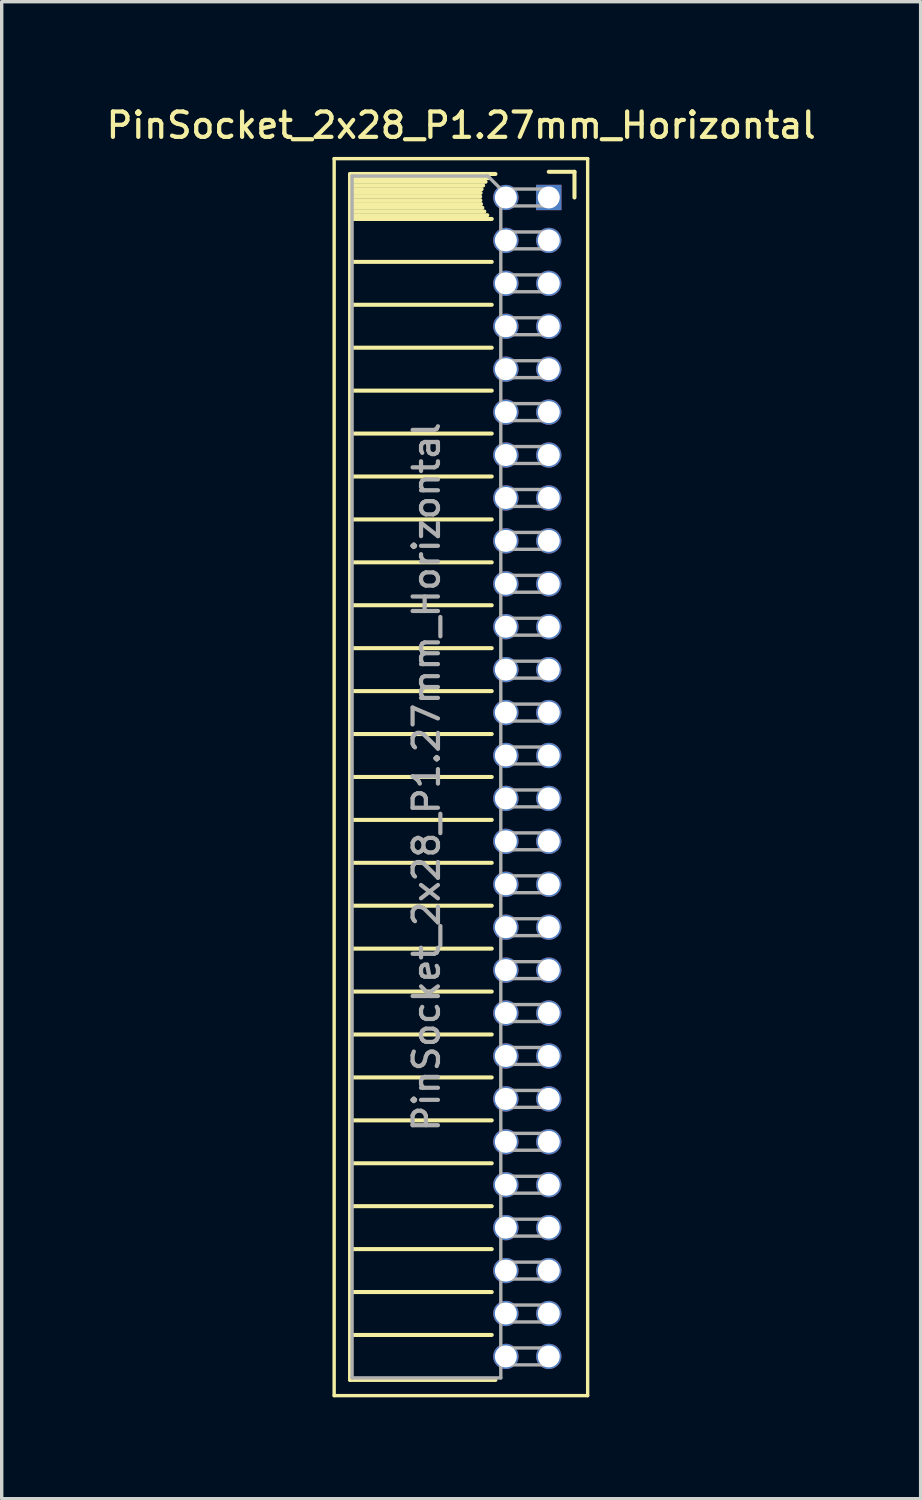
<source format=kicad_pcb>
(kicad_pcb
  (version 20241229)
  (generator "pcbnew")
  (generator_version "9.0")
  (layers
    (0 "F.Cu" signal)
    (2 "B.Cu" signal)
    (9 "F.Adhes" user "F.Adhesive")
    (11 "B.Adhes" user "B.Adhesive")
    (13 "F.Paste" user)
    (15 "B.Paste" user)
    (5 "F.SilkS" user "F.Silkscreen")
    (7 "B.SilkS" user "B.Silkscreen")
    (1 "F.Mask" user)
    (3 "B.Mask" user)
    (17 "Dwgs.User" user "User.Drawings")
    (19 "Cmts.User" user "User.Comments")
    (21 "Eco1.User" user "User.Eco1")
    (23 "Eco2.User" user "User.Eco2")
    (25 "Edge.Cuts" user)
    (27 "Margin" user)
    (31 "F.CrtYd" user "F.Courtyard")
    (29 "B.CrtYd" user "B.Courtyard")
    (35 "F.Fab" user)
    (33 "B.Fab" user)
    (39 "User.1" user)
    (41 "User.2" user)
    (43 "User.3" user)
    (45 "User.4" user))
  (footprint "PinSocket_2x28_P1.27mm_Horizontal"
    (layer "F.Cu")
    (at 13.187 2.793)
    (property "Reference" "PinSocket_2x28_P1.27mm_Horizontal" (at -2.592 -2.135 0) (layer "F.SilkS") (effects (font (size 0.75 0.75) (thickness 0.125))))
    (attr through_hole)
    (fp_line (start -6.35 -1.15) (end -6.35 35.45) (stroke (width 0.1) (type solid)) (layer "F.SilkS"))
    (fp_line (start -6.35 35.45) (end 1.15 35.45) (stroke (width 0.1) (type solid)) (layer "F.SilkS"))
    (fp_line (start -5.88 -0.695) (end -5.88 34.985) (stroke (width 0.12) (type solid)) (layer "F.SilkS"))
    (fp_line (start -5.88 -0.695) (end -1.578 -0.695) (stroke (width 0.12) (type solid)) (layer "F.SilkS"))
    (fp_line (start -5.88 -0.575) (end -1.767 -0.575) (stroke (width 0.12) (type solid)) (layer "F.SilkS"))
    (fp_line (start -5.88 -0.465) (end -1.871 -0.465) (stroke (width 0.12) (type solid)) (layer "F.SilkS"))
    (fp_line (start -5.88 -0.355) (end -1.942 -0.355) (stroke (width 0.12) (type solid)) (layer "F.SilkS"))
    (fp_line (start -5.88 -0.245) (end -1.989 -0.245) (stroke (width 0.12) (type solid)) (layer "F.SilkS"))
    (fp_line (start -5.88 -0.135) (end -2.018 -0.135) (stroke (width 0.12) (type solid)) (layer "F.SilkS"))
    (fp_line (start -5.88 -0.025) (end -2.03 -0.025) (stroke (width 0.12) (type solid)) (layer "F.SilkS"))
    (fp_line (start -5.88 0.085) (end -2.025 0.085) (stroke (width 0.12) (type solid)) (layer "F.SilkS"))
    (fp_line (start -5.88 0.195) (end -2.005 0.195) (stroke (width 0.12) (type solid)) (layer "F.SilkS"))
    (fp_line (start -5.88 0.305) (end -1.966 0.305) (stroke (width 0.12) (type solid)) (layer "F.SilkS"))
    (fp_line (start -5.88 0.415) (end -1.907 0.415) (stroke (width 0.12) (type solid)) (layer "F.SilkS"))
    (fp_line (start -5.88 0.525) (end -1.82 0.525) (stroke (width 0.12) (type solid)) (layer "F.SilkS"))
    (fp_line (start -5.88 0.635) (end -1.688 0.635) (stroke (width 0.12) (type solid)) (layer "F.SilkS"))
    (fp_line (start -5.88 1.905) (end -1.688 1.905) (stroke (width 0.12) (type solid)) (layer "F.SilkS"))
    (fp_line (start -5.88 3.175) (end -1.688 3.175) (stroke (width 0.12) (type solid)) (layer "F.SilkS"))
    (fp_line (start -5.88 4.445) (end -1.688 4.445) (stroke (width 0.12) (type solid)) (layer "F.SilkS"))
    (fp_line (start -5.88 5.715) (end -1.688 5.715) (stroke (width 0.12) (type solid)) (layer "F.SilkS"))
    (fp_line (start -5.88 6.985) (end -1.688 6.985) (stroke (width 0.12) (type solid)) (layer "F.SilkS"))
    (fp_line (start -5.88 8.255) (end -1.688 8.255) (stroke (width 0.12) (type solid)) (layer "F.SilkS"))
    (fp_line (start -5.88 9.525) (end -1.688 9.525) (stroke (width 0.12) (type solid)) (layer "F.SilkS"))
    (fp_line (start -5.88 10.795) (end -1.688 10.795) (stroke (width 0.12) (type solid)) (layer "F.SilkS"))
    (fp_line (start -5.88 12.065) (end -1.688 12.065) (stroke (width 0.12) (type solid)) (layer "F.SilkS"))
    (fp_line (start -5.88 13.335) (end -1.688 13.335) (stroke (width 0.12) (type solid)) (layer "F.SilkS"))
    (fp_line (start -5.88 14.605) (end -1.688 14.605) (stroke (width 0.12) (type solid)) (layer "F.SilkS"))
    (fp_line (start -5.88 15.875) (end -1.688 15.875) (stroke (width 0.12) (type solid)) (layer "F.SilkS"))
    (fp_line (start -5.88 17.145) (end -1.688 17.145) (stroke (width 0.12) (type solid)) (layer "F.SilkS"))
    (fp_line (start -5.88 18.415) (end -1.688 18.415) (stroke (width 0.12) (type solid)) (layer "F.SilkS"))
    (fp_line (start -5.88 19.685) (end -1.688 19.685) (stroke (width 0.12) (type solid)) (layer "F.SilkS"))
    (fp_line (start -5.88 20.955) (end -1.688 20.955) (stroke (width 0.12) (type solid)) (layer "F.SilkS"))
    (fp_line (start -5.88 22.225) (end -1.688 22.225) (stroke (width 0.12) (type solid)) (layer "F.SilkS"))
    (fp_line (start -5.88 23.495) (end -1.688 23.495) (stroke (width 0.12) (type solid)) (layer "F.SilkS"))
    (fp_line (start -5.88 24.765) (end -1.688 24.765) (stroke (width 0.12) (type solid)) (layer "F.SilkS"))
    (fp_line (start -5.88 26.035) (end -1.688 26.035) (stroke (width 0.12) (type solid)) (layer "F.SilkS"))
    (fp_line (start -5.88 27.305) (end -1.688 27.305) (stroke (width 0.12) (type solid)) (layer "F.SilkS"))
    (fp_line (start -5.88 28.575) (end -1.688 28.575) (stroke (width 0.12) (type solid)) (layer "F.SilkS"))
    (fp_line (start -5.88 29.845) (end -1.688 29.845) (stroke (width 0.12) (type solid)) (layer "F.SilkS"))
    (fp_line (start -5.88 31.115) (end -1.688 31.115) (stroke (width 0.12) (type solid)) (layer "F.SilkS"))
    (fp_line (start -5.88 32.385) (end -1.688 32.385) (stroke (width 0.12) (type solid)) (layer "F.SilkS"))
    (fp_line (start -5.88 33.655) (end -1.688 33.655) (stroke (width 0.12) (type solid)) (layer "F.SilkS"))
    (fp_line (start -5.88 34.985) (end -1.578 34.985) (stroke (width 0.12) (type solid)) (layer "F.SilkS"))
    (fp_line (start 0 -0.76) (end 0.76 -0.76) (stroke (width 0.12) (type solid)) (layer "F.SilkS"))
    (fp_line (start 0.76 -0.76) (end 0.76 0) (stroke (width 0.12) (type solid)) (layer "F.SilkS"))
    (fp_line (start 1.15 -1.15) (end -6.35 -1.15) (stroke (width 0.1) (type solid)) (layer "F.SilkS"))
    (fp_line (start 1.15 35.45) (end 1.15 -1.15) (stroke (width 0.1) (type solid)) (layer "F.SilkS"))
    (fp_line (start -5.82 -0.635) (end -1.805 -0.635) (stroke (width 0.1) (type solid)) (layer "F.Fab"))
    (fp_line (start -5.82 34.925) (end -5.82 -0.635) (stroke (width 0.1) (type solid)) (layer "F.Fab"))
    (fp_line (start -1.805 -0.635) (end -1.42 -0.25) (stroke (width 0.1) (type solid)) (layer "F.Fab"))
    (fp_line (start -1.42 -0.25) (end -1.42 34.925) (stroke (width 0.1) (type solid)) (layer "F.Fab"))
    (fp_line (start -1.42 0.25) (end 0 0.25) (stroke (width 0.1) (type solid)) (layer "F.Fab"))
    (fp_line (start -1.42 1.52) (end 0 1.52) (stroke (width 0.1) (type solid)) (layer "F.Fab"))
    (fp_line (start -1.42 2.79) (end 0 2.79) (stroke (width 0.1) (type solid)) (layer "F.Fab"))
    (fp_line (start -1.42 4.06) (end 0 4.06) (stroke (width 0.1) (type solid)) (layer "F.Fab"))
    (fp_line (start -1.42 5.33) (end 0 5.33) (stroke (width 0.1) (type solid)) (layer "F.Fab"))
    (fp_line (start -1.42 6.6) (end 0 6.6) (stroke (width 0.1) (type solid)) (layer "F.Fab"))
    (fp_line (start -1.42 7.87) (end 0 7.87) (stroke (width 0.1) (type solid)) (layer "F.Fab"))
    (fp_line (start -1.42 9.14) (end 0 9.14) (stroke (width 0.1) (type solid)) (layer "F.Fab"))
    (fp_line (start -1.42 10.41) (end 0 10.41) (stroke (width 0.1) (type solid)) (layer "F.Fab"))
    (fp_line (start -1.42 11.68) (end 0 11.68) (stroke (width 0.1) (type solid)) (layer "F.Fab"))
    (fp_line (start -1.42 12.95) (end 0 12.95) (stroke (width 0.1) (type solid)) (layer "F.Fab"))
    (fp_line (start -1.42 14.22) (end 0 14.22) (stroke (width 0.1) (type solid)) (layer "F.Fab"))
    (fp_line (start -1.42 15.49) (end 0 15.49) (stroke (width 0.1) (type solid)) (layer "F.Fab"))
    (fp_line (start -1.42 16.76) (end 0 16.76) (stroke (width 0.1) (type solid)) (layer "F.Fab"))
    (fp_line (start -1.42 18.03) (end 0 18.03) (stroke (width 0.1) (type solid)) (layer "F.Fab"))
    (fp_line (start -1.42 19.3) (end 0 19.3) (stroke (width 0.1) (type solid)) (layer "F.Fab"))
    (fp_line (start -1.42 20.57) (end 0 20.57) (stroke (width 0.1) (type solid)) (layer "F.Fab"))
    (fp_line (start -1.42 21.84) (end 0 21.84) (stroke (width 0.1) (type solid)) (layer "F.Fab"))
    (fp_line (start -1.42 23.11) (end 0 23.11) (stroke (width 0.1) (type solid)) (layer "F.Fab"))
    (fp_line (start -1.42 24.38) (end 0 24.38) (stroke (width 0.1) (type solid)) (layer "F.Fab"))
    (fp_line (start -1.42 25.65) (end 0 25.65) (stroke (width 0.1) (type solid)) (layer "F.Fab"))
    (fp_line (start -1.42 26.92) (end 0 26.92) (stroke (width 0.1) (type solid)) (layer "F.Fab"))
    (fp_line (start -1.42 28.19) (end 0 28.19) (stroke (width 0.1) (type solid)) (layer "F.Fab"))
    (fp_line (start -1.42 29.46) (end 0 29.46) (stroke (width 0.1) (type solid)) (layer "F.Fab"))
    (fp_line (start -1.42 30.73) (end 0 30.73) (stroke (width 0.1) (type solid)) (layer "F.Fab"))
    (fp_line (start -1.42 32) (end 0 32) (stroke (width 0.1) (type solid)) (layer "F.Fab"))
    (fp_line (start -1.42 33.27) (end 0 33.27) (stroke (width 0.1) (type solid)) (layer "F.Fab"))
    (fp_line (start -1.42 34.54) (end 0 34.54) (stroke (width 0.1) (type solid)) (layer "F.Fab"))
    (fp_line (start -1.42 34.925) (end -5.82 34.925) (stroke (width 0.1) (type solid)) (layer "F.Fab"))
    (fp_line (start 0 -0.25) (end -1.42 -0.25) (stroke (width 0.1) (type solid)) (layer "F.Fab"))
    (fp_line (start 0 0.25) (end 0 -0.25) (stroke (width 0.1) (type solid)) (layer "F.Fab"))
    (fp_line (start 0 1.02) (end -1.42 1.02) (stroke (width 0.1) (type solid)) (layer "F.Fab"))
    (fp_line (start 0 1.52) (end 0 1.02) (stroke (width 0.1) (type solid)) (layer "F.Fab"))
    (fp_line (start 0 2.29) (end -1.42 2.29) (stroke (width 0.1) (type solid)) (layer "F.Fab"))
    (fp_line (start 0 2.79) (end 0 2.29) (stroke (width 0.1) (type solid)) (layer "F.Fab"))
    (fp_line (start 0 3.56) (end -1.42 3.56) (stroke (width 0.1) (type solid)) (layer "F.Fab"))
    (fp_line (start 0 4.06) (end 0 3.56) (stroke (width 0.1) (type solid)) (layer "F.Fab"))
    (fp_line (start 0 4.83) (end -1.42 4.83) (stroke (width 0.1) (type solid)) (layer "F.Fab"))
    (fp_line (start 0 5.33) (end 0 4.83) (stroke (width 0.1) (type solid)) (layer "F.Fab"))
    (fp_line (start 0 6.1) (end -1.42 6.1) (stroke (width 0.1) (type solid)) (layer "F.Fab"))
    (fp_line (start 0 6.6) (end 0 6.1) (stroke (width 0.1) (type solid)) (layer "F.Fab"))
    (fp_line (start 0 7.37) (end -1.42 7.37) (stroke (width 0.1) (type solid)) (layer "F.Fab"))
    (fp_line (start 0 7.87) (end 0 7.37) (stroke (width 0.1) (type solid)) (layer "F.Fab"))
    (fp_line (start 0 8.64) (end -1.42 8.64) (stroke (width 0.1) (type solid)) (layer "F.Fab"))
    (fp_line (start 0 9.14) (end 0 8.64) (stroke (width 0.1) (type solid)) (layer "F.Fab"))
    (fp_line (start 0 9.91) (end -1.42 9.91) (stroke (width 0.1) (type solid)) (layer "F.Fab"))
    (fp_line (start 0 10.41) (end 0 9.91) (stroke (width 0.1) (type solid)) (layer "F.Fab"))
    (fp_line (start 0 11.18) (end -1.42 11.18) (stroke (width 0.1) (type solid)) (layer "F.Fab"))
    (fp_line (start 0 11.68) (end 0 11.18) (stroke (width 0.1) (type solid)) (layer "F.Fab"))
    (fp_line (start 0 12.45) (end -1.42 12.45) (stroke (width 0.1) (type solid)) (layer "F.Fab"))
    (fp_line (start 0 12.95) (end 0 12.45) (stroke (width 0.1) (type solid)) (layer "F.Fab"))
    (fp_line (start 0 13.72) (end -1.42 13.72) (stroke (width 0.1) (type solid)) (layer "F.Fab"))
    (fp_line (start 0 14.22) (end 0 13.72) (stroke (width 0.1) (type solid)) (layer "F.Fab"))
    (fp_line (start 0 14.99) (end -1.42 14.99) (stroke (width 0.1) (type solid)) (layer "F.Fab"))
    (fp_line (start 0 15.49) (end 0 14.99) (stroke (width 0.1) (type solid)) (layer "F.Fab"))
    (fp_line (start 0 16.26) (end -1.42 16.26) (stroke (width 0.1) (type solid)) (layer "F.Fab"))
    (fp_line (start 0 16.76) (end 0 16.26) (stroke (width 0.1) (type solid)) (layer "F.Fab"))
    (fp_line (start 0 17.53) (end -1.42 17.53) (stroke (width 0.1) (type solid)) (layer "F.Fab"))
    (fp_line (start 0 18.03) (end 0 17.53) (stroke (width 0.1) (type solid)) (layer "F.Fab"))
    (fp_line (start 0 18.8) (end -1.42 18.8) (stroke (width 0.1) (type solid)) (layer "F.Fab"))
    (fp_line (start 0 19.3) (end 0 18.8) (stroke (width 0.1) (type solid)) (layer "F.Fab"))
    (fp_line (start 0 20.07) (end -1.42 20.07) (stroke (width 0.1) (type solid)) (layer "F.Fab"))
    (fp_line (start 0 20.57) (end 0 20.07) (stroke (width 0.1) (type solid)) (layer "F.Fab"))
    (fp_line (start 0 21.34) (end -1.42 21.34) (stroke (width 0.1) (type solid)) (layer "F.Fab"))
    (fp_line (start 0 21.84) (end 0 21.34) (stroke (width 0.1) (type solid)) (layer "F.Fab"))
    (fp_line (start 0 22.61) (end -1.42 22.61) (stroke (width 0.1) (type solid)) (layer "F.Fab"))
    (fp_line (start 0 23.11) (end 0 22.61) (stroke (width 0.1) (type solid)) (layer "F.Fab"))
    (fp_line (start 0 23.88) (end -1.42 23.88) (stroke (width 0.1) (type solid)) (layer "F.Fab"))
    (fp_line (start 0 24.38) (end 0 23.88) (stroke (width 0.1) (type solid)) (layer "F.Fab"))
    (fp_line (start 0 25.15) (end -1.42 25.15) (stroke (width 0.1) (type solid)) (layer "F.Fab"))
    (fp_line (start 0 25.65) (end 0 25.15) (stroke (width 0.1) (type solid)) (layer "F.Fab"))
    (fp_line (start 0 26.42) (end -1.42 26.42) (stroke (width 0.1) (type solid)) (layer "F.Fab"))
    (fp_line (start 0 26.92) (end 0 26.42) (stroke (width 0.1) (type solid)) (layer "F.Fab"))
    (fp_line (start 0 27.69) (end -1.42 27.69) (stroke (width 0.1) (type solid)) (layer "F.Fab"))
    (fp_line (start 0 28.19) (end 0 27.69) (stroke (width 0.1) (type solid)) (layer "F.Fab"))
    (fp_line (start 0 28.96) (end -1.42 28.96) (stroke (width 0.1) (type solid)) (layer "F.Fab"))
    (fp_line (start 0 29.46) (end 0 28.96) (stroke (width 0.1) (type solid)) (layer "F.Fab"))
    (fp_line (start 0 30.23) (end -1.42 30.23) (stroke (width 0.1) (type solid)) (layer "F.Fab"))
    (fp_line (start 0 30.73) (end 0 30.23) (stroke (width 0.1) (type solid)) (layer "F.Fab"))
    (fp_line (start 0 31.5) (end -1.42 31.5) (stroke (width 0.1) (type solid)) (layer "F.Fab"))
    (fp_line (start 0 32) (end 0 31.5) (stroke (width 0.1) (type solid)) (layer "F.Fab"))
    (fp_line (start 0 32.77) (end -1.42 32.77) (stroke (width 0.1) (type solid)) (layer "F.Fab"))
    (fp_line (start 0 33.27) (end 0 32.77) (stroke (width 0.1) (type solid)) (layer "F.Fab"))
    (fp_line (start 0 34.04) (end -1.42 34.04) (stroke (width 0.1) (type solid)) (layer "F.Fab"))
    (fp_line (start 0 34.54) (end 0 34.04) (stroke (width 0.1) (type solid)) (layer "F.Fab"))
    (fp_text user "${REFERENCE}" (at -3.62 17.145 90) (layer "F.Fab") (effects (font (size 0.75 0.75) (thickness 0.125))))
    (pad "1" thru_hole rect (at 0 0) (size 0.75 0.75) (drill 0.65) (layers "*.Cu" "*.Mask"))
    (pad "2" thru_hole oval (at -1.27 0) (size 0.75 0.75) (drill 0.65) (layers "*.Cu" "*.Mask"))
    (pad "3" thru_hole oval (at 0 1.27) (size 0.75 0.75) (drill 0.65) (layers "*.Cu" "*.Mask"))
    (pad "4" thru_hole oval (at -1.27 1.27) (size 0.75 0.75) (drill 0.65) (layers "*.Cu" "*.Mask"))
    (pad "5" thru_hole oval (at 0 2.54) (size 0.75 0.75) (drill 0.65) (layers "*.Cu" "*.Mask"))
    (pad "6" thru_hole oval (at -1.27 2.54) (size 0.75 0.75) (drill 0.65) (layers "*.Cu" "*.Mask"))
    (pad "7" thru_hole oval (at 0 3.81) (size 0.75 0.75) (drill 0.65) (layers "*.Cu" "*.Mask"))
    (pad "8" thru_hole oval (at -1.27 3.81) (size 0.75 0.75) (drill 0.65) (layers "*.Cu" "*.Mask"))
    (pad "9" thru_hole oval (at 0 5.08) (size 0.75 0.75) (drill 0.65) (layers "*.Cu" "*.Mask"))
    (pad "10" thru_hole oval (at -1.27 5.08) (size 0.75 0.75) (drill 0.65) (layers "*.Cu" "*.Mask"))
    (pad "11" thru_hole oval (at 0 6.35) (size 0.75 0.75) (drill 0.65) (layers "*.Cu" "*.Mask"))
    (pad "12" thru_hole oval (at -1.27 6.35) (size 0.75 0.75) (drill 0.65) (layers "*.Cu" "*.Mask"))
    (pad "13" thru_hole oval (at 0 7.62) (size 0.75 0.75) (drill 0.65) (layers "*.Cu" "*.Mask"))
    (pad "14" thru_hole oval (at -1.27 7.62) (size 0.75 0.75) (drill 0.65) (layers "*.Cu" "*.Mask"))
    (pad "15" thru_hole oval (at 0 8.89) (size 0.75 0.75) (drill 0.65) (layers "*.Cu" "*.Mask"))
    (pad "16" thru_hole oval (at -1.27 8.89) (size 0.75 0.75) (drill 0.65) (layers "*.Cu" "*.Mask"))
    (pad "17" thru_hole oval (at 0 10.16) (size 0.75 0.75) (drill 0.65) (layers "*.Cu" "*.Mask"))
    (pad "18" thru_hole oval (at -1.27 10.16) (size 0.75 0.75) (drill 0.65) (layers "*.Cu" "*.Mask"))
    (pad "19" thru_hole oval (at 0 11.43) (size 0.75 0.75) (drill 0.65) (layers "*.Cu" "*.Mask"))
    (pad "20" thru_hole oval (at -1.27 11.43) (size 0.75 0.75) (drill 0.65) (layers "*.Cu" "*.Mask"))
    (pad "21" thru_hole oval (at 0 12.7) (size 0.75 0.75) (drill 0.65) (layers "*.Cu" "*.Mask"))
    (pad "22" thru_hole oval (at -1.27 12.7) (size 0.75 0.75) (drill 0.65) (layers "*.Cu" "*.Mask"))
    (pad "23" thru_hole oval (at 0 13.97) (size 0.75 0.75) (drill 0.65) (layers "*.Cu" "*.Mask"))
    (pad "24" thru_hole oval (at -1.27 13.97) (size 0.75 0.75) (drill 0.65) (layers "*.Cu" "*.Mask"))
    (pad "25" thru_hole oval (at 0 15.24) (size 0.75 0.75) (drill 0.65) (layers "*.Cu" "*.Mask"))
    (pad "26" thru_hole oval (at -1.27 15.24) (size 0.75 0.75) (drill 0.65) (layers "*.Cu" "*.Mask"))
    (pad "27" thru_hole oval (at 0 16.51) (size 0.75 0.75) (drill 0.65) (layers "*.Cu" "*.Mask"))
    (pad "28" thru_hole oval (at -1.27 16.51) (size 0.75 0.75) (drill 0.65) (layers "*.Cu" "*.Mask"))
    (pad "29" thru_hole oval (at 0 17.78) (size 0.75 0.75) (drill 0.65) (layers "*.Cu" "*.Mask"))
    (pad "30" thru_hole oval (at -1.27 17.78) (size 0.75 0.75) (drill 0.65) (layers "*.Cu" "*.Mask"))
    (pad "31" thru_hole oval (at 0 19.05) (size 0.75 0.75) (drill 0.65) (layers "*.Cu" "*.Mask"))
    (pad "32" thru_hole oval (at -1.27 19.05) (size 0.75 0.75) (drill 0.65) (layers "*.Cu" "*.Mask"))
    (pad "33" thru_hole oval (at 0 20.32) (size 0.75 0.75) (drill 0.65) (layers "*.Cu" "*.Mask"))
    (pad "34" thru_hole oval (at -1.27 20.32) (size 0.75 0.75) (drill 0.65) (layers "*.Cu" "*.Mask"))
    (pad "35" thru_hole oval (at 0 21.59) (size 0.75 0.75) (drill 0.65) (layers "*.Cu" "*.Mask"))
    (pad "36" thru_hole oval (at -1.27 21.59) (size 0.75 0.75) (drill 0.65) (layers "*.Cu" "*.Mask"))
    (pad "37" thru_hole oval (at 0 22.86) (size 0.75 0.75) (drill 0.65) (layers "*.Cu" "*.Mask"))
    (pad "38" thru_hole oval (at -1.27 22.86) (size 0.75 0.75) (drill 0.65) (layers "*.Cu" "*.Mask"))
    (pad "39" thru_hole oval (at 0 24.13) (size 0.75 0.75) (drill 0.65) (layers "*.Cu" "*.Mask"))
    (pad "40" thru_hole oval (at -1.27 24.13) (size 0.75 0.75) (drill 0.65) (layers "*.Cu" "*.Mask"))
    (pad "41" thru_hole oval (at 0 25.4) (size 0.75 0.75) (drill 0.65) (layers "*.Cu" "*.Mask"))
    (pad "42" thru_hole oval (at -1.27 25.4) (size 0.75 0.75) (drill 0.65) (layers "*.Cu" "*.Mask"))
    (pad "43" thru_hole oval (at 0 26.67) (size 0.75 0.75) (drill 0.65) (layers "*.Cu" "*.Mask"))
    (pad "44" thru_hole oval (at -1.27 26.67) (size 0.75 0.75) (drill 0.65) (layers "*.Cu" "*.Mask"))
    (pad "45" thru_hole oval (at 0 27.94) (size 0.75 0.75) (drill 0.65) (layers "*.Cu" "*.Mask"))
    (pad "46" thru_hole oval (at -1.27 27.94) (size 0.75 0.75) (drill 0.65) (layers "*.Cu" "*.Mask"))
    (pad "47" thru_hole oval (at 0 29.21) (size 0.75 0.75) (drill 0.65) (layers "*.Cu" "*.Mask"))
    (pad "48" thru_hole oval (at -1.27 29.21) (size 0.75 0.75) (drill 0.65) (layers "*.Cu" "*.Mask"))
    (pad "49" thru_hole oval (at 0 30.48) (size 0.75 0.75) (drill 0.65) (layers "*.Cu" "*.Mask"))
    (pad "50" thru_hole oval (at -1.27 30.48) (size 0.75 0.75) (drill 0.65) (layers "*.Cu" "*.Mask"))
    (pad "51" thru_hole oval (at 0 31.75) (size 0.75 0.75) (drill 0.65) (layers "*.Cu" "*.Mask"))
    (pad "52" thru_hole oval (at -1.27 31.75) (size 0.75 0.75) (drill 0.65) (layers "*.Cu" "*.Mask"))
    (pad "53" thru_hole oval (at 0 33.02) (size 0.75 0.75) (drill 0.65) (layers "*.Cu" "*.Mask"))
    (pad "54" thru_hole oval (at -1.27 33.02) (size 0.75 0.75) (drill 0.65) (layers "*.Cu" "*.Mask"))
    (pad "55" thru_hole oval (at 0 34.29) (size 0.75 0.75) (drill 0.65) (layers "*.Cu" "*.Mask"))
    (pad "56" thru_hole oval (at -1.27 34.29) (size 0.75 0.75) (drill 0.65) (layers "*.Cu" "*.Mask")))
  (gr_rect
    (start -3 -3)
    (end 24.189 41.293)
    (stroke (width 0.1) (type default))
    (fill no)
    (layer "Edge.Cuts")))
</source>
